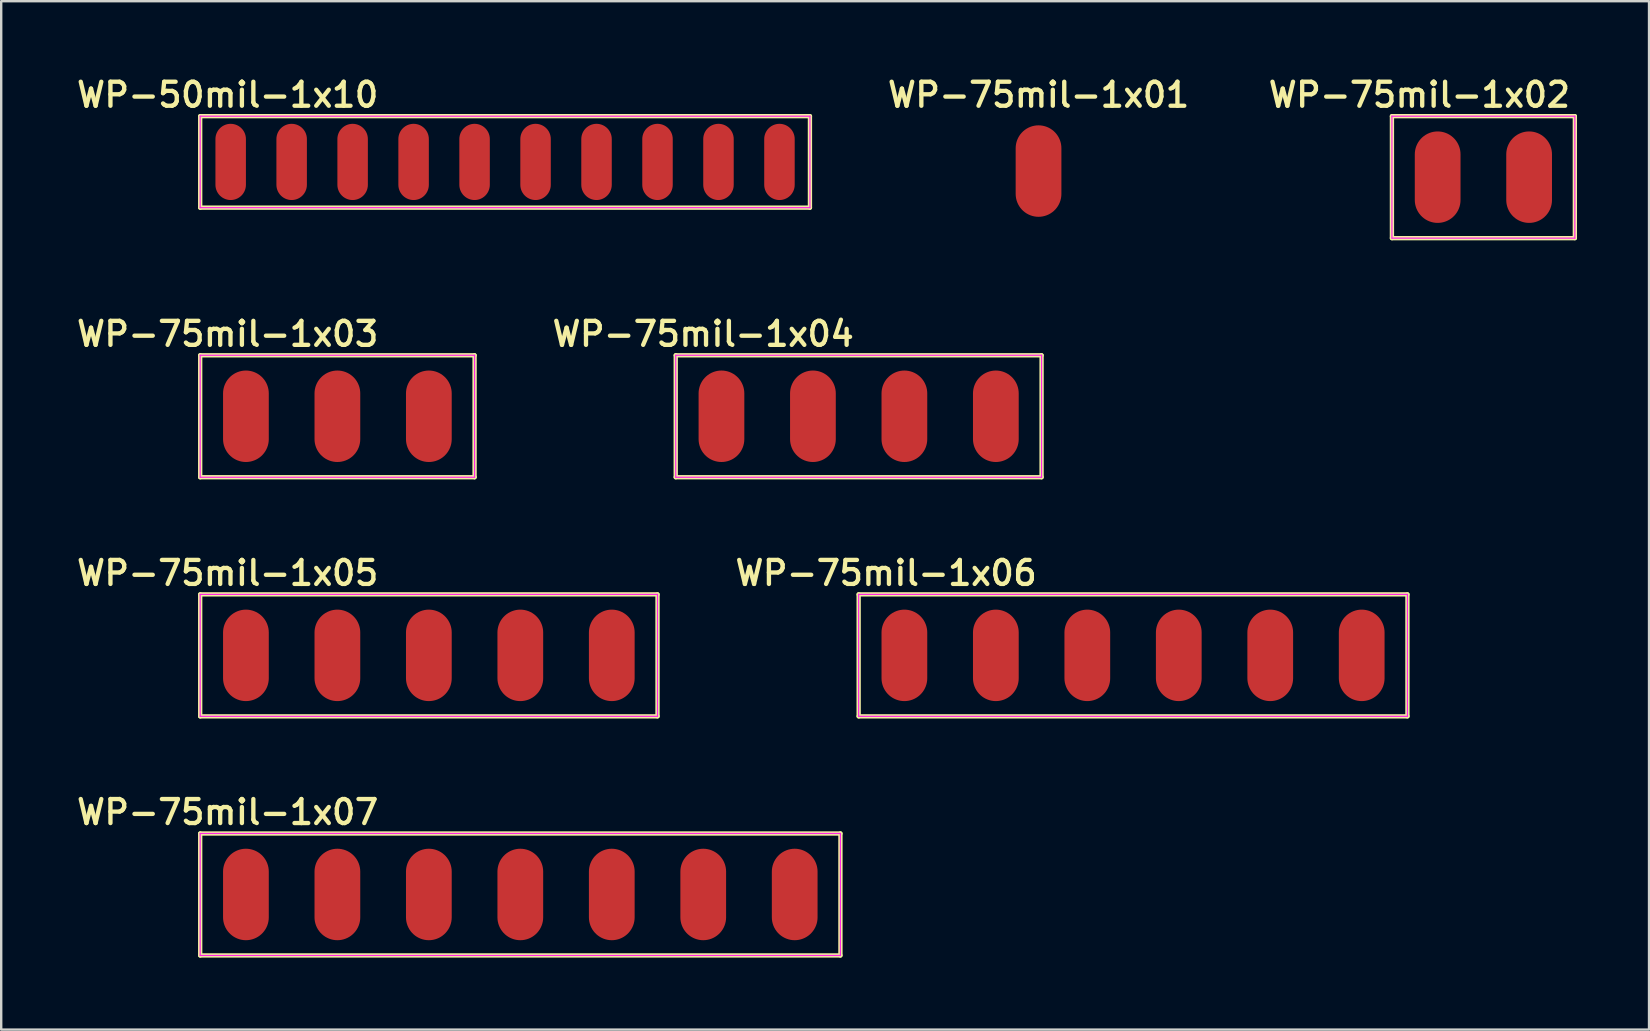
<source format=kicad_pcb>
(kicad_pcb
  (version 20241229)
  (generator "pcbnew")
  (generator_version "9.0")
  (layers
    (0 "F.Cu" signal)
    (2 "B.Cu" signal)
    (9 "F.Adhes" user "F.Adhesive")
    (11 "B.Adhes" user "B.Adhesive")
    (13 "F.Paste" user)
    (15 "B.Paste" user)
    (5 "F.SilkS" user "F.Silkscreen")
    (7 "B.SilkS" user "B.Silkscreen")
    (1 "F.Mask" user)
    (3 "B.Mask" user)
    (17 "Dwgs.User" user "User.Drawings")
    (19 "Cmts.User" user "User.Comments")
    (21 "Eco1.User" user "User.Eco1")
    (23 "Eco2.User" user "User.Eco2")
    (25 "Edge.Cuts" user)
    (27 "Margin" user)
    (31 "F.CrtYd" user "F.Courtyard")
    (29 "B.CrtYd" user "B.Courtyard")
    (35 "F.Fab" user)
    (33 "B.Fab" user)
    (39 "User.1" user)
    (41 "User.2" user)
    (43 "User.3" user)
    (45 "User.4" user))
  (footprint "WP-75mil-1x07"
    (layer "F.Cu")
    (at 18.624 34.21)
    (property "Reference" "WP-75mil-1x07" (at -12.192 -3.429 0) (layer "F.SilkS") (effects (font (size 1 1) (thickness 0.18))))
    (attr exclude_from_pos_files exclude_from_bom)
    (fp_line (start -13.335 -2.54) (end 13.335 -2.54) (stroke (width 0.18) (type solid)) (layer "F.SilkS"))
    (fp_line (start -13.335 2.54) (end -13.335 -2.54) (stroke (width 0.18) (type solid)) (layer "F.SilkS"))
    (fp_line (start 13.335 -2.54) (end 13.335 2.54) (stroke (width 0.18) (type solid)) (layer "F.SilkS"))
    (fp_line (start 13.335 2.54) (end -13.335 2.54) (stroke (width 0.18) (type solid)) (layer "F.SilkS"))
    (fp_line (start -13.335 -2.54) (end 13.335 -2.54) (stroke (width 0.05) (type solid)) (layer "F.CrtYd"))
    (fp_line (start -13.335 2.54) (end -13.335 -2.54) (stroke (width 0.05) (type solid)) (layer "F.CrtYd"))
    (fp_line (start 13.335 -2.54) (end 13.335 2.54) (stroke (width 0.05) (type solid)) (layer "F.CrtYd"))
    (fp_line (start 13.335 2.54) (end -13.335 2.54) (stroke (width 0.05) (type solid)) (layer "F.CrtYd"))
    (pad "1" smd oval (at -11.43 0) (size 1.905 3.81) (layers "F.Cu" "F.Mask" "F.Paste"))
    (pad "2" smd oval (at -7.62 0) (size 1.905 3.81) (layers "F.Cu" "F.Mask" "F.Paste"))
    (pad "3" smd oval (at -3.81 0) (size 1.905 3.81) (layers "F.Cu" "F.Mask" "F.Paste"))
    (pad "4" smd oval (at 0 0) (size 1.905 3.81) (layers "F.Cu" "F.Mask" "F.Paste"))
    (pad "5" smd oval (at 3.81 0) (size 1.905 3.81) (layers "F.Cu" "F.Mask" "F.Paste"))
    (pad "6" smd oval (at 7.62 0) (size 1.905 3.81) (layers "F.Cu" "F.Mask" "F.Paste"))
    (pad "7" smd oval (at 11.43 0) (size 1.905 3.81) (layers "F.Cu" "F.Mask" "F.Paste")))
  (footprint "WP-75mil-1x06"
    (layer "F.Cu")
    (at 44.148 24.25)
    (property "Reference" "WP-75mil-1x06" (at -10.287 -3.429 0) (layer "F.SilkS") (effects (font (size 1 1) (thickness 0.18))))
    (attr exclude_from_pos_files exclude_from_bom)
    (fp_line (start -11.43 -2.54) (end 11.43 -2.54) (stroke (width 0.18) (type solid)) (layer "F.SilkS"))
    (fp_line (start -11.43 2.54) (end -11.43 -2.54) (stroke (width 0.18) (type solid)) (layer "F.SilkS"))
    (fp_line (start 11.43 -2.54) (end 11.43 2.54) (stroke (width 0.18) (type solid)) (layer "F.SilkS"))
    (fp_line (start 11.43 2.54) (end -11.43 2.54) (stroke (width 0.18) (type solid)) (layer "F.SilkS"))
    (fp_line (start -11.43 -2.54) (end 11.43 -2.54) (stroke (width 0.05) (type solid)) (layer "F.CrtYd"))
    (fp_line (start -11.43 2.54) (end -11.43 -2.54) (stroke (width 0.05) (type solid)) (layer "F.CrtYd"))
    (fp_line (start 11.43 -2.54) (end 11.43 2.54) (stroke (width 0.05) (type solid)) (layer "F.CrtYd"))
    (fp_line (start 11.43 2.54) (end -11.43 2.54) (stroke (width 0.05) (type solid)) (layer "F.CrtYd"))
    (pad "1" smd oval (at -9.525 0) (size 1.905 3.81) (layers "F.Cu" "F.Mask" "F.Paste"))
    (pad "2" smd oval (at -5.715 0) (size 1.905 3.81) (layers "F.Cu" "F.Mask" "F.Paste"))
    (pad "3" smd oval (at -1.905 0) (size 1.905 3.81) (layers "F.Cu" "F.Mask" "F.Paste"))
    (pad "4" smd oval (at 1.905 0) (size 1.905 3.81) (layers "F.Cu" "F.Mask" "F.Paste"))
    (pad "5" smd oval (at 5.715 0) (size 1.905 3.81) (layers "F.Cu" "F.Mask" "F.Paste"))
    (pad "6" smd oval (at 9.525 0) (size 1.905 3.81) (layers "F.Cu" "F.Mask" "F.Paste")))
  (footprint "WP-75mil-1x03"
    (layer "F.Cu")
    (at 11.004 14.29)
    (property "Reference" "WP-75mil-1x03" (at -4.572 -3.429 0) (layer "F.SilkS") (effects (font (size 1 1) (thickness 0.18))))
    (attr exclude_from_pos_files exclude_from_bom)
    (fp_line (start -5.715 -2.54) (end 5.715 -2.54) (stroke (width 0.18) (type solid)) (layer "F.SilkS"))
    (fp_line (start -5.715 2.54) (end -5.715 -2.54) (stroke (width 0.18) (type solid)) (layer "F.SilkS"))
    (fp_line (start 5.715 -2.54) (end 5.715 2.54) (stroke (width 0.18) (type solid)) (layer "F.SilkS"))
    (fp_line (start 5.715 2.54) (end -5.715 2.54) (stroke (width 0.18) (type solid)) (layer "F.SilkS"))
    (fp_line (start -5.715 -2.54) (end 5.715 -2.54) (stroke (width 0.05) (type solid)) (layer "F.CrtYd"))
    (fp_line (start -5.715 2.54) (end -5.715 -2.54) (stroke (width 0.05) (type solid)) (layer "F.CrtYd"))
    (fp_line (start 5.715 -2.54) (end 5.715 2.54) (stroke (width 0.05) (type solid)) (layer "F.CrtYd"))
    (fp_line (start 5.715 2.54) (end -5.715 2.54) (stroke (width 0.05) (type solid)) (layer "F.CrtYd"))
    (pad "1" smd oval (at -3.81 0) (size 1.905 3.81) (layers "F.Cu" "F.Mask" "F.Paste"))
    (pad "2" smd oval (at 0 0) (size 1.905 3.81) (layers "F.Cu" "F.Mask" "F.Paste"))
    (pad "3" smd oval (at 3.81 0) (size 1.905 3.81) (layers "F.Cu" "F.Mask" "F.Paste")))
  (footprint "WP-75mil-1x05"
    (layer "F.Cu")
    (at 14.814 24.25)
    (property "Reference" "WP-75mil-1x05" (at -8.382 -3.429 0) (layer "F.SilkS") (effects (font (size 1 1) (thickness 0.18))))
    (attr exclude_from_pos_files exclude_from_bom)
    (fp_line (start -9.525 -2.54) (end 9.525 -2.54) (stroke (width 0.18) (type solid)) (layer "F.SilkS"))
    (fp_line (start -9.525 2.54) (end -9.525 -2.54) (stroke (width 0.18) (type solid)) (layer "F.SilkS"))
    (fp_line (start 9.525 -2.54) (end 9.525 2.54) (stroke (width 0.18) (type solid)) (layer "F.SilkS"))
    (fp_line (start 9.525 2.54) (end -9.525 2.54) (stroke (width 0.18) (type solid)) (layer "F.SilkS"))
    (fp_line (start -9.525 -2.54) (end 9.525 -2.54) (stroke (width 0.05) (type solid)) (layer "F.CrtYd"))
    (fp_line (start -9.525 2.54) (end -9.525 -2.54) (stroke (width 0.05) (type solid)) (layer "F.CrtYd"))
    (fp_line (start 9.525 -2.54) (end 9.525 2.54) (stroke (width 0.05) (type solid)) (layer "F.CrtYd"))
    (fp_line (start 9.525 2.54) (end -9.525 2.54) (stroke (width 0.05) (type solid)) (layer "F.CrtYd"))
    (pad "1" smd oval (at -7.62 0) (size 1.905 3.81) (layers "F.Cu" "F.Mask" "F.Paste"))
    (pad "2" smd oval (at -3.81 0) (size 1.905 3.81) (layers "F.Cu" "F.Mask" "F.Paste"))
    (pad "3" smd oval (at 0 0) (size 1.905 3.81) (layers "F.Cu" "F.Mask" "F.Paste"))
    (pad "4" smd oval (at 3.81 0) (size 1.905 3.81) (layers "F.Cu" "F.Mask" "F.Paste"))
    (pad "5" smd oval (at 7.62 0) (size 1.905 3.81) (layers "F.Cu" "F.Mask" "F.Paste")))
  (footprint "WP-50mil-1x10"
    (layer "F.Cu")
    (at 17.989 3.695)
    (property "Reference" "WP-50mil-1x10" (at -11.557 -2.794 0) (layer "F.SilkS") (effects (font (size 1 1) (thickness 0.18))))
    (attr exclude_from_pos_files exclude_from_bom)
    (fp_line (start -12.7 -1.905) (end 12.7 -1.905) (stroke (width 0.18) (type solid)) (layer "F.SilkS"))
    (fp_line (start -12.7 1.905) (end -12.7 -1.905) (stroke (width 0.18) (type solid)) (layer "F.SilkS"))
    (fp_line (start 12.7 -1.905) (end 12.7 1.905) (stroke (width 0.18) (type solid)) (layer "F.SilkS"))
    (fp_line (start 12.7 1.905) (end -12.7 1.905) (stroke (width 0.18) (type solid)) (layer "F.SilkS"))
    (fp_line (start -12.7 -1.905) (end 12.7 -1.905) (stroke (width 0.05) (type solid)) (layer "F.CrtYd"))
    (fp_line (start -12.7 1.905) (end -12.7 -1.905) (stroke (width 0.05) (type solid)) (layer "F.CrtYd"))
    (fp_line (start 12.7 -1.905) (end 12.7 1.905) (stroke (width 0.05) (type solid)) (layer "F.CrtYd"))
    (fp_line (start 12.7 1.905) (end -12.7 1.905) (stroke (width 0.05) (type solid)) (layer "F.CrtYd"))
    (pad "1" smd oval (at -11.43 0) (size 1.27 3.175) (layers "F.Cu" "F.Mask" "F.Paste"))
    (pad "2" smd oval (at -8.89 0) (size 1.27 3.175) (layers "F.Cu" "F.Mask" "F.Paste"))
    (pad "3" smd oval (at -6.35 0) (size 1.27 3.175) (layers "F.Cu" "F.Mask" "F.Paste"))
    (pad "4" smd oval (at -3.81 0) (size 1.27 3.175) (layers "F.Cu" "F.Mask" "F.Paste"))
    (pad "5" smd oval (at -1.27 0) (size 1.27 3.175) (layers "F.Cu" "F.Mask" "F.Paste"))
    (pad "6" smd oval (at 1.27 0) (size 1.27 3.175) (layers "F.Cu" "F.Mask" "F.Paste"))
    (pad "7" smd oval (at 3.81 0) (size 1.27 3.175) (layers "F.Cu" "F.Mask" "F.Paste"))
    (pad "8" smd oval (at 6.35 0) (size 1.27 3.175) (layers "F.Cu" "F.Mask" "F.Paste"))
    (pad "9" smd oval (at 8.89 0) (size 1.27 3.175) (layers "F.Cu" "F.Mask" "F.Paste"))
    (pad "10" smd oval (at 11.43 0) (size 1.27 3.175) (layers "F.Cu" "F.Mask" "F.Paste")))
  (footprint "WP-75mil-1x04"
    (layer "F.Cu")
    (at 32.718 14.29)
    (property "Reference" "WP-75mil-1x04" (at -6.477 -3.429 0) (layer "F.SilkS") (effects (font (size 1 1) (thickness 0.18))))
    (attr exclude_from_pos_files exclude_from_bom)
    (fp_line (start -7.62 -2.54) (end 7.62 -2.54) (stroke (width 0.18) (type solid)) (layer "F.SilkS"))
    (fp_line (start -7.62 2.54) (end -7.62 -2.54) (stroke (width 0.18) (type solid)) (layer "F.SilkS"))
    (fp_line (start 7.62 -2.54) (end 7.62 2.54) (stroke (width 0.18) (type solid)) (layer "F.SilkS"))
    (fp_line (start 7.62 2.54) (end -7.62 2.54) (stroke (width 0.18) (type solid)) (layer "F.SilkS"))
    (fp_line (start -7.62 -2.54) (end 7.62 -2.54) (stroke (width 0.05) (type solid)) (layer "F.CrtYd"))
    (fp_line (start -7.62 2.54) (end -7.62 -2.54) (stroke (width 0.05) (type solid)) (layer "F.CrtYd"))
    (fp_line (start 7.62 -2.54) (end 7.62 2.54) (stroke (width 0.05) (type solid)) (layer "F.CrtYd"))
    (fp_line (start 7.62 2.54) (end -7.62 2.54) (stroke (width 0.05) (type solid)) (layer "F.CrtYd"))
    (pad "1" smd oval (at -5.715 0) (size 1.905 3.81) (layers "F.Cu" "F.Mask" "F.Paste"))
    (pad "2" smd oval (at -1.905 0) (size 1.905 3.81) (layers "F.Cu" "F.Mask" "F.Paste"))
    (pad "3" smd oval (at 1.905 0) (size 1.905 3.81) (layers "F.Cu" "F.Mask" "F.Paste"))
    (pad "4" smd oval (at 5.715 0) (size 1.905 3.81) (layers "F.Cu" "F.Mask" "F.Paste")))
  (footprint "WP-75mil-1x01"
    (layer "F.Cu")
    (at 40.211 4.076)
    (property "Reference" "WP-75mil-1x01" (at 0 -3.175 0) (layer "F.SilkS") (effects (font (size 1 1) (thickness 0.18))))
    (attr exclude_from_pos_files exclude_from_bom)
    (pad "1" smd oval (at 0 0) (size 1.905 3.81) (layers "F.Cu" "F.Mask" "F.Paste")))
  (footprint "WP-75mil-1x02"
    (layer "F.Cu")
    (at 58.742 4.33)
    (property "Reference" "WP-75mil-1x02" (at -2.667 -3.429 0) (layer "F.SilkS") (effects (font (size 1 1) (thickness 0.18))))
    (attr exclude_from_pos_files exclude_from_bom)
    (fp_line (start -3.81 -2.54) (end 3.81 -2.54) (stroke (width 0.18) (type solid)) (layer "F.SilkS"))
    (fp_line (start -3.81 2.54) (end -3.81 -2.54) (stroke (width 0.18) (type solid)) (layer "F.SilkS"))
    (fp_line (start 3.81 -2.54) (end 3.81 2.54) (stroke (width 0.18) (type solid)) (layer "F.SilkS"))
    (fp_line (start 3.81 2.54) (end -3.81 2.54) (stroke (width 0.18) (type solid)) (layer "F.SilkS"))
    (fp_line (start -3.81 -2.54) (end 3.81 -2.54) (stroke (width 0.05) (type solid)) (layer "F.CrtYd"))
    (fp_line (start -3.81 2.54) (end -3.81 -2.54) (stroke (width 0.05) (type solid)) (layer "F.CrtYd"))
    (fp_line (start 3.81 -2.54) (end 3.81 2.54) (stroke (width 0.05) (type solid)) (layer "F.CrtYd"))
    (fp_line (start 3.81 2.54) (end -3.81 2.54) (stroke (width 0.05) (type solid)) (layer "F.CrtYd"))
    (pad "1" smd oval (at -1.905 0) (size 1.905 3.81) (layers "F.Cu" "F.Mask" "F.Paste"))
    (pad "2" smd oval (at 1.905 0) (size 1.905 3.81) (layers "F.Cu" "F.Mask" "F.Paste")))
  (gr_rect
    (start -3 -3)
    (end 65.642 39.84)
    (stroke (width 0.1) (type default))
    (fill no)
    (layer "Edge.Cuts")))
</source>
